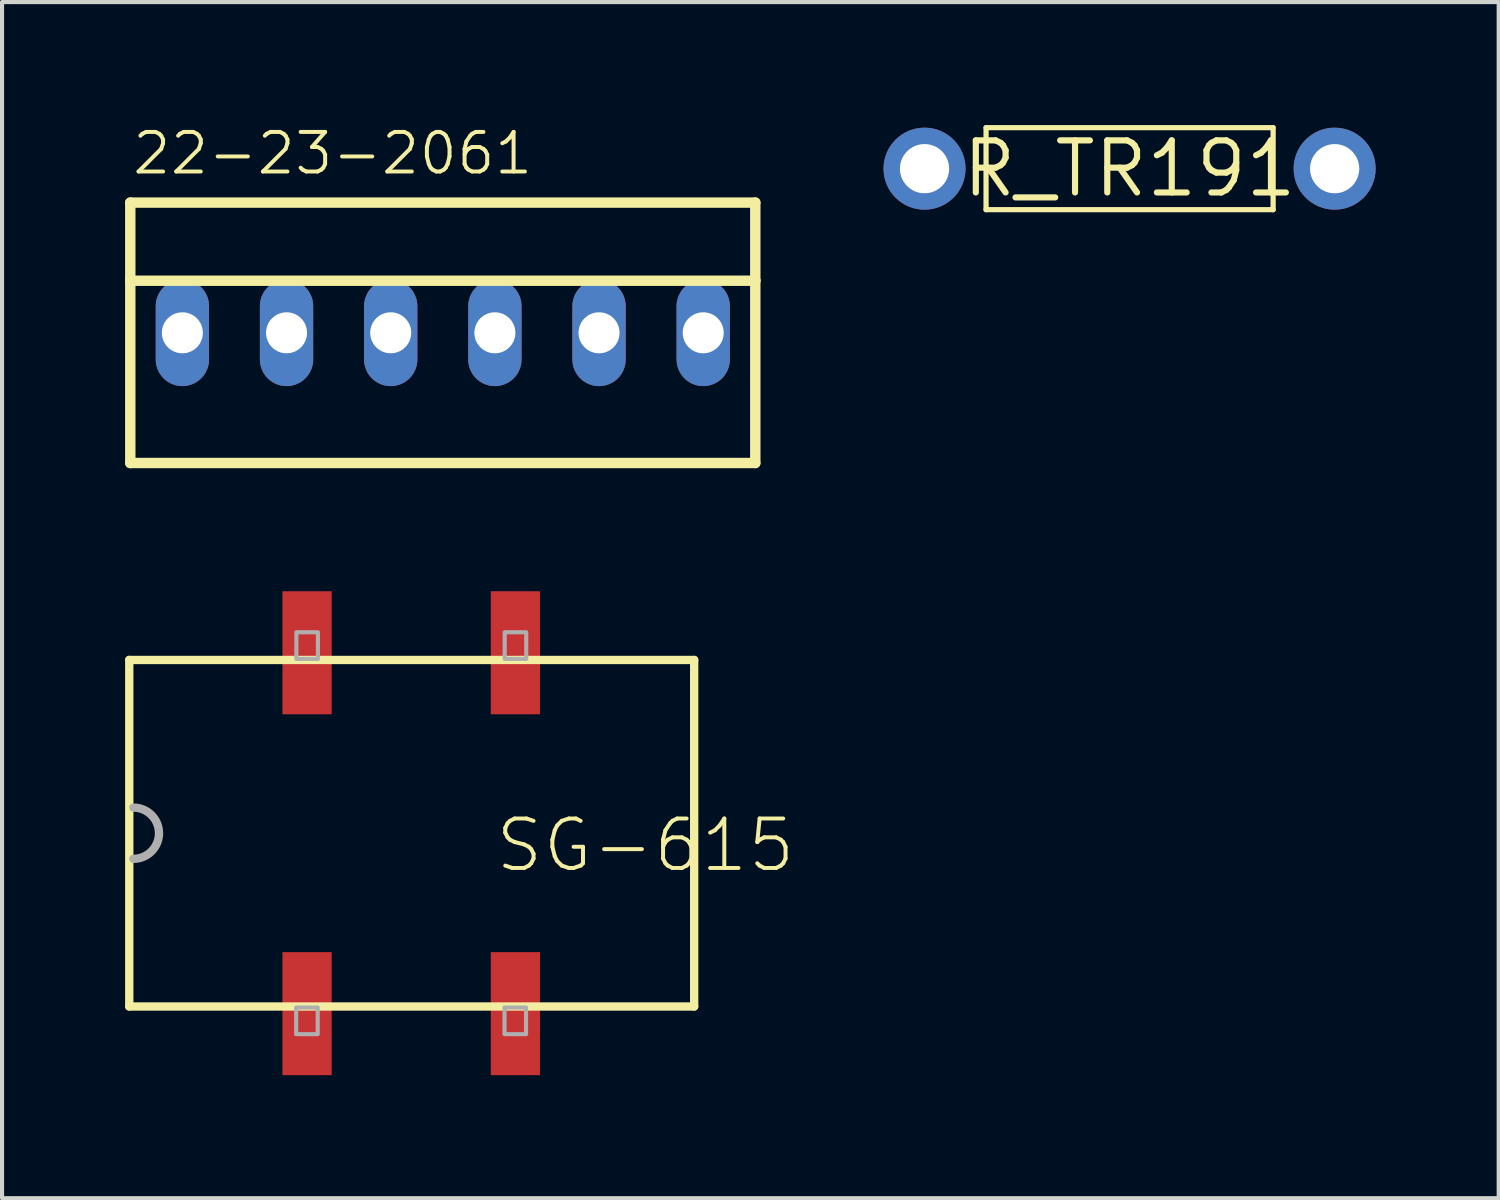
<source format=kicad_pcb>
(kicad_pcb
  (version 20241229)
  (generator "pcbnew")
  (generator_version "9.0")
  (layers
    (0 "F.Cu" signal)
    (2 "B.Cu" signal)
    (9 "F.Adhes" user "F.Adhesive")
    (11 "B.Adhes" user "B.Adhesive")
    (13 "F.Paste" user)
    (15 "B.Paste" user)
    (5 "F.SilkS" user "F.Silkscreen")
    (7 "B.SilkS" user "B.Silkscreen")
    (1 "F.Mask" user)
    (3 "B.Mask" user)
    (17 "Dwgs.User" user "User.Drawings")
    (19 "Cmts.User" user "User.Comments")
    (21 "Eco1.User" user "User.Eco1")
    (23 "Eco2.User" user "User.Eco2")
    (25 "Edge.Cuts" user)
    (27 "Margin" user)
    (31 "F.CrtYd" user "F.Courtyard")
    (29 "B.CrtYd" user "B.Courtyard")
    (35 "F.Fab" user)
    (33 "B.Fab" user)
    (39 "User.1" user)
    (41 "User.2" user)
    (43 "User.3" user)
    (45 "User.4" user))
  (footprint "SG-615"
    (layer "F.Cu")
    (at 6.977 17.267)
    (property "Reference" "SG-615" (at 2 1 180) (layer "F.SilkS") (effects (font (size 1.206 1.206) (thickness 0.097)) (justify left bottom)))
    (attr through_hole)
    (fp_line (start -6.875 -4.225) (end 6.9 -4.225) (stroke (width 0.203) (type solid)) (layer "F.SilkS"))
    (fp_line (start -6.875 4.225) (end -6.875 -4.225) (stroke (width 0.203) (type solid)) (layer "F.SilkS"))
    (fp_line (start 6.9 -4.225) (end 6.9 4.225) (stroke (width 0.203) (type solid)) (layer "F.SilkS"))
    (fp_line (start 6.9 4.225) (end -6.875 4.225) (stroke (width 0.203) (type solid)) (layer "F.SilkS"))
    (fp_arc (start -6.775 -0.625) (mid -6.15 0) (end -6.775 0.625) (stroke (width 0.2032) (type solid)) (layer "F.Fab"))
    (fp_poly (pts (xy -2.8 -4.25) (xy -2.275 -4.25) (xy -2.275 -4.9) (xy -2.8 -4.9)) (stroke (width 0.1) (type solid)) (fill no) (layer "F.Fab"))
    (fp_poly (pts (xy -2.28 4.25) (xy -2.805 4.25) (xy -2.805 4.9) (xy -2.28 4.9)) (stroke (width 0.1) (type solid)) (fill no) (layer "F.Fab"))
    (fp_poly (pts (xy 2.28 -4.25) (xy 2.805 -4.25) (xy 2.805 -4.9) (xy 2.28 -4.9)) (stroke (width 0.1) (type solid)) (fill no) (layer "F.Fab"))
    (fp_poly (pts (xy 2.8 4.25) (xy 2.275 4.25) (xy 2.275 4.9) (xy 2.8 4.9)) (stroke (width 0.1) (type solid)) (fill no) (layer "F.Fab"))
    (pad "1" smd rect (at -2.54 4.4 90) (size 3 1.2) (layers "F.Cu" "F.Mask" "F.Paste"))
    (pad "2" smd rect (at 2.54 4.4 270) (size 3 1.2) (layers "F.Cu" "F.Mask" "F.Paste"))
    (pad "3" smd rect (at 2.54 -4.4 270) (size 3 1.2) (layers "F.Cu" "F.Mask" "F.Paste"))
    (pad "4" smd rect (at -2.54 -4.4 90) (size 3 1.2) (layers "F.Cu" "F.Mask" "F.Paste")))
  (footprint "R_TR191"
    (layer "F.Cu")
    (at 24.494 1.063)
    (property "Reference" "R_TR191" (at 0 0 0) (layer "F.SilkS") (effects (font (size 1.27 1.27) (thickness 0.15))))
    (attr through_hole)
    (fp_line (start -3.5 -1) (end -3.5 1) (stroke (width 0.127) (type solid)) (layer "F.SilkS"))
    (fp_line (start -3.5 1) (end 3.5 1) (stroke (width 0.127) (type solid)) (layer "F.SilkS"))
    (fp_line (start 3.5 -1) (end -3.5 -1) (stroke (width 0.127) (type solid)) (layer "F.SilkS"))
    (fp_line (start 3.5 1) (end 3.5 -1) (stroke (width 0.127) (type solid)) (layer "F.SilkS"))
    (pad "P$1" thru_hole circle (at 5 0) (size 2 2) (drill 1.2) (layers "*.Cu" "*.Mask"))
    (pad "P$2" thru_hole circle (at -5 0) (size 2 2) (drill 1.2) (layers "*.Cu" "*.Mask")))
  (footprint "22-23-2061"
    (layer "F.Cu")
    (at 7.747 5.065)
    (property "Reference" "22-23-2061" (at -7.62 -3.81 180) (layer "F.SilkS") (effects (font (size 0.965 0.965) (thickness 0.097)) (justify left bottom)))
    (attr through_hole)
    (fp_line (start -7.62 -3.175) (end 7.62 -3.175) (stroke (width 0.254) (type solid)) (layer "F.SilkS"))
    (fp_line (start -7.62 -1.27) (end -7.62 -3.175) (stroke (width 0.254) (type solid)) (layer "F.SilkS"))
    (fp_line (start -7.62 -1.27) (end 7.62 -1.27) (stroke (width 0.254) (type solid)) (layer "F.SilkS"))
    (fp_line (start -7.62 3.175) (end -7.62 -1.27) (stroke (width 0.254) (type solid)) (layer "F.SilkS"))
    (fp_line (start 7.62 -3.175) (end 7.62 -1.27) (stroke (width 0.254) (type solid)) (layer "F.SilkS"))
    (fp_line (start 7.62 -1.27) (end 7.62 3.175) (stroke (width 0.254) (type solid)) (layer "F.SilkS"))
    (fp_line (start 7.62 3.175) (end -7.62 3.175) (stroke (width 0.254) (type solid)) (layer "F.SilkS"))
    (pad "1" thru_hole oval (at -6.35 0 90) (size 2.6 1.3) (drill 1) (layers "*.Cu" "*.Mask"))
    (pad "2" thru_hole oval (at -3.81 0 90) (size 2.6 1.3) (drill 1) (layers "*.Cu" "*.Mask"))
    (pad "3" thru_hole oval (at -1.27 0 90) (size 2.6 1.3) (drill 1) (layers "*.Cu" "*.Mask"))
    (pad "4" thru_hole oval (at 1.27 0 90) (size 2.6 1.3) (drill 1) (layers "*.Cu" "*.Mask"))
    (pad "5" thru_hole oval (at 3.81 0 90) (size 2.6 1.3) (drill 1) (layers "*.Cu" "*.Mask"))
    (pad "6" thru_hole oval (at 6.35 0 90) (size 2.6 1.3) (drill 1) (layers "*.Cu" "*.Mask")))
  (gr_rect
    (start -3 -3)
    (end 33.494 26.167)
    (stroke (width 0.1) (type default))
    (fill no)
    (layer "Edge.Cuts")))
</source>
